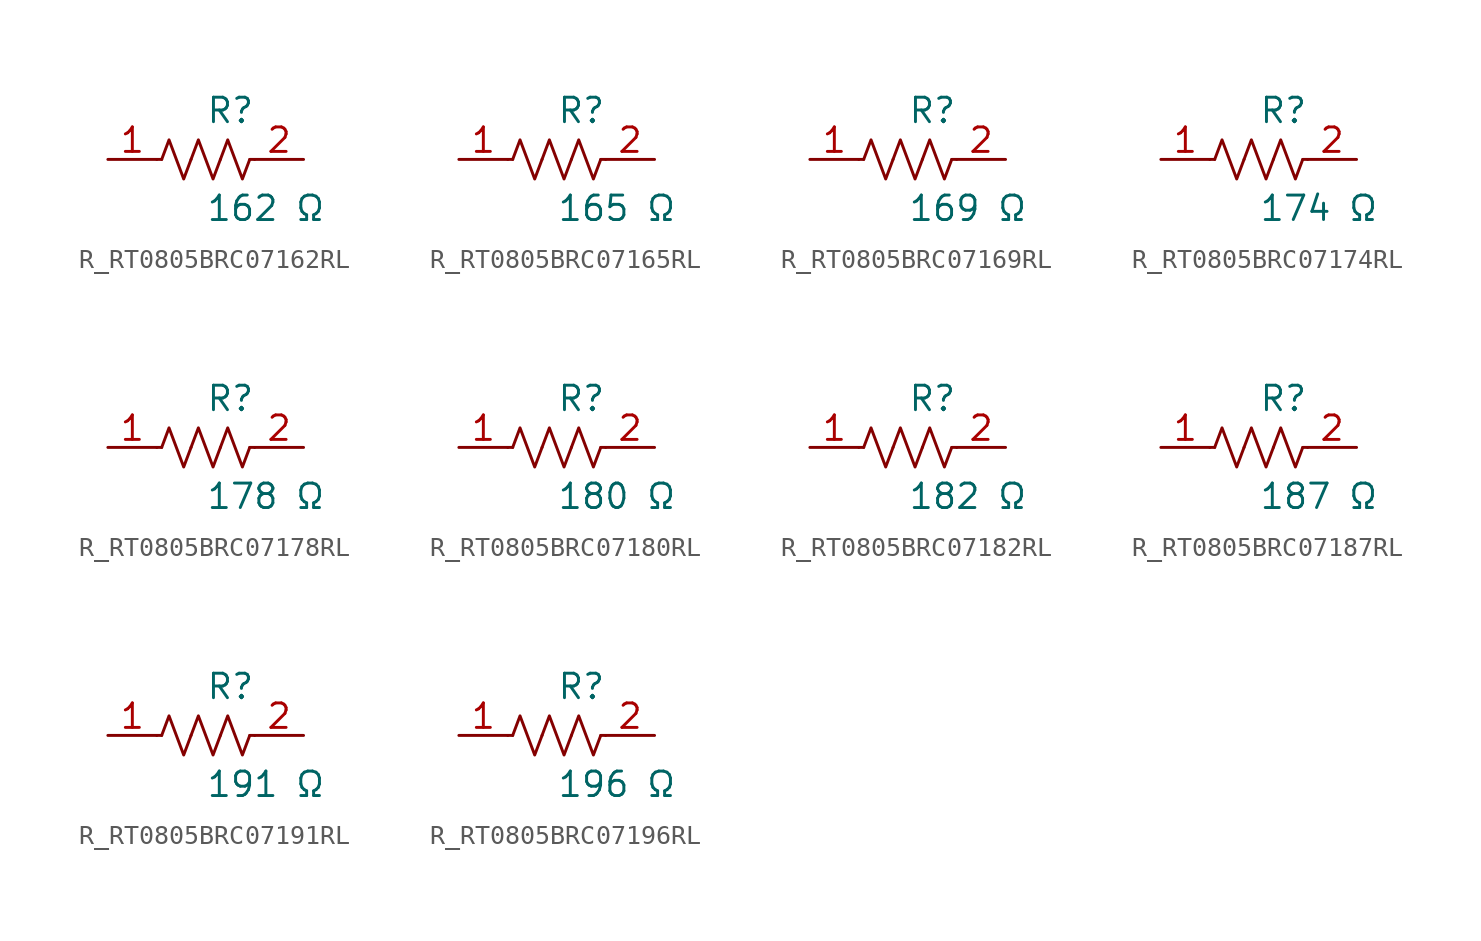
<source format=kicad_sym>
(kicad_symbol_lib
  (version 20231120)
  (generator kicad_symbol_editor)
  (generator_version 8.0)
  (symbol "R_RT0805BRC07162RL"
    (pin_names
      (offset 0.254))
    (property "Reference" "R"
      (at 0.0 2.54 0)
      (effects (font (size 1.27 1.27)) (justify left)))
    (property "Value" "162 Ω"
      (at 0.0 -2.54 0)
      (effects (font (size 1.27 1.27)) (justify left)))
    (symbol "R_RT0805BRC07162RL_0_1"
      (polyline (pts (xy 2.286 0) (xy 2.54 0)) (stroke (width 0) (type default)) (fill (type none)))
      (polyline (pts (xy -2.286 0) (xy -2.54 0)) (stroke (width 0) (type default)) (fill (type none)))
      (polyline (pts (xy 0.762 0) (xy 1.143 1.016) (xy 1.524 0) (xy 1.905 -1.016) (xy 2.286 0)) (stroke (width 0) (type default)) (fill (type none)))
      (polyline (pts (xy -0.762 0) (xy -0.381 1.016) (xy 0 0) (xy 0.381 -1.016) (xy 0.762 0)) (stroke (width 0) (type default)) (fill (type none)))
      (polyline (pts (xy -2.286 0) (xy -1.905 1.016) (xy -1.524 0) (xy -1.143 -1.016) (xy -0.762 0)) (stroke (width 0) (type default)) (fill (type none))))
    (pin unspecified line
      (at -5.08 0 0)
      (length 2.54)
      (name "" (effects (font (size 1.27 1.27))))
      (number "1" (effects (font (size 1.27 1.27)))))
    (pin unspecified line
      (at 5.08 0 180)
      (length 2.54)
      (name "" (effects (font (size 1.27 1.27))))
      (number "2" (effects (font (size 1.27 1.27))))))
  (symbol "R_RT0805BRC07165RL"
    (pin_names
      (offset 0.254))
    (property "Reference" "R"
      (at 0.0 2.54 0)
      (effects (font (size 1.27 1.27)) (justify left)))
    (property "Value" "165 Ω"
      (at 0.0 -2.54 0)
      (effects (font (size 1.27 1.27)) (justify left)))
    (symbol "R_RT0805BRC07165RL_0_1"
      (polyline (pts (xy 2.286 0) (xy 2.54 0)) (stroke (width 0) (type default)) (fill (type none)))
      (polyline (pts (xy -2.286 0) (xy -2.54 0)) (stroke (width 0) (type default)) (fill (type none)))
      (polyline (pts (xy 0.762 0) (xy 1.143 1.016) (xy 1.524 0) (xy 1.905 -1.016) (xy 2.286 0)) (stroke (width 0) (type default)) (fill (type none)))
      (polyline (pts (xy -0.762 0) (xy -0.381 1.016) (xy 0 0) (xy 0.381 -1.016) (xy 0.762 0)) (stroke (width 0) (type default)) (fill (type none)))
      (polyline (pts (xy -2.286 0) (xy -1.905 1.016) (xy -1.524 0) (xy -1.143 -1.016) (xy -0.762 0)) (stroke (width 0) (type default)) (fill (type none))))
    (pin unspecified line
      (at -5.08 0 0)
      (length 2.54)
      (name "" (effects (font (size 1.27 1.27))))
      (number "1" (effects (font (size 1.27 1.27)))))
    (pin unspecified line
      (at 5.08 0 180)
      (length 2.54)
      (name "" (effects (font (size 1.27 1.27))))
      (number "2" (effects (font (size 1.27 1.27))))))
  (symbol "R_RT0805BRC07169RL"
    (pin_names
      (offset 0.254))
    (property "Reference" "R"
      (at 0.0 2.54 0)
      (effects (font (size 1.27 1.27)) (justify left)))
    (property "Value" "169 Ω"
      (at 0.0 -2.54 0)
      (effects (font (size 1.27 1.27)) (justify left)))
    (symbol "R_RT0805BRC07169RL_0_1"
      (polyline (pts (xy 2.286 0) (xy 2.54 0)) (stroke (width 0) (type default)) (fill (type none)))
      (polyline (pts (xy -2.286 0) (xy -2.54 0)) (stroke (width 0) (type default)) (fill (type none)))
      (polyline (pts (xy 0.762 0) (xy 1.143 1.016) (xy 1.524 0) (xy 1.905 -1.016) (xy 2.286 0)) (stroke (width 0) (type default)) (fill (type none)))
      (polyline (pts (xy -0.762 0) (xy -0.381 1.016) (xy 0 0) (xy 0.381 -1.016) (xy 0.762 0)) (stroke (width 0) (type default)) (fill (type none)))
      (polyline (pts (xy -2.286 0) (xy -1.905 1.016) (xy -1.524 0) (xy -1.143 -1.016) (xy -0.762 0)) (stroke (width 0) (type default)) (fill (type none))))
    (pin unspecified line
      (at -5.08 0 0)
      (length 2.54)
      (name "" (effects (font (size 1.27 1.27))))
      (number "1" (effects (font (size 1.27 1.27)))))
    (pin unspecified line
      (at 5.08 0 180)
      (length 2.54)
      (name "" (effects (font (size 1.27 1.27))))
      (number "2" (effects (font (size 1.27 1.27))))))
  (symbol "R_RT0805BRC07174RL"
    (pin_names
      (offset 0.254))
    (property "Reference" "R"
      (at 0.0 2.54 0)
      (effects (font (size 1.27 1.27)) (justify left)))
    (property "Value" "174 Ω"
      (at 0.0 -2.54 0)
      (effects (font (size 1.27 1.27)) (justify left)))
    (symbol "R_RT0805BRC07174RL_0_1"
      (polyline (pts (xy 2.286 0) (xy 2.54 0)) (stroke (width 0) (type default)) (fill (type none)))
      (polyline (pts (xy -2.286 0) (xy -2.54 0)) (stroke (width 0) (type default)) (fill (type none)))
      (polyline (pts (xy 0.762 0) (xy 1.143 1.016) (xy 1.524 0) (xy 1.905 -1.016) (xy 2.286 0)) (stroke (width 0) (type default)) (fill (type none)))
      (polyline (pts (xy -0.762 0) (xy -0.381 1.016) (xy 0 0) (xy 0.381 -1.016) (xy 0.762 0)) (stroke (width 0) (type default)) (fill (type none)))
      (polyline (pts (xy -2.286 0) (xy -1.905 1.016) (xy -1.524 0) (xy -1.143 -1.016) (xy -0.762 0)) (stroke (width 0) (type default)) (fill (type none))))
    (pin unspecified line
      (at -5.08 0 0)
      (length 2.54)
      (name "" (effects (font (size 1.27 1.27))))
      (number "1" (effects (font (size 1.27 1.27)))))
    (pin unspecified line
      (at 5.08 0 180)
      (length 2.54)
      (name "" (effects (font (size 1.27 1.27))))
      (number "2" (effects (font (size 1.27 1.27))))))
  (symbol "R_RT0805BRC07178RL"
    (pin_names
      (offset 0.254))
    (property "Reference" "R"
      (at 0.0 2.54 0)
      (effects (font (size 1.27 1.27)) (justify left)))
    (property "Value" "178 Ω"
      (at 0.0 -2.54 0)
      (effects (font (size 1.27 1.27)) (justify left)))
    (symbol "R_RT0805BRC07178RL_0_1"
      (polyline (pts (xy 2.286 0) (xy 2.54 0)) (stroke (width 0) (type default)) (fill (type none)))
      (polyline (pts (xy -2.286 0) (xy -2.54 0)) (stroke (width 0) (type default)) (fill (type none)))
      (polyline (pts (xy 0.762 0) (xy 1.143 1.016) (xy 1.524 0) (xy 1.905 -1.016) (xy 2.286 0)) (stroke (width 0) (type default)) (fill (type none)))
      (polyline (pts (xy -0.762 0) (xy -0.381 1.016) (xy 0 0) (xy 0.381 -1.016) (xy 0.762 0)) (stroke (width 0) (type default)) (fill (type none)))
      (polyline (pts (xy -2.286 0) (xy -1.905 1.016) (xy -1.524 0) (xy -1.143 -1.016) (xy -0.762 0)) (stroke (width 0) (type default)) (fill (type none))))
    (pin unspecified line
      (at -5.08 0 0)
      (length 2.54)
      (name "" (effects (font (size 1.27 1.27))))
      (number "1" (effects (font (size 1.27 1.27)))))
    (pin unspecified line
      (at 5.08 0 180)
      (length 2.54)
      (name "" (effects (font (size 1.27 1.27))))
      (number "2" (effects (font (size 1.27 1.27))))))
  (symbol "R_RT0805BRC07180RL"
    (pin_names
      (offset 0.254))
    (property "Reference" "R"
      (at 0.0 2.54 0)
      (effects (font (size 1.27 1.27)) (justify left)))
    (property "Value" "180 Ω"
      (at 0.0 -2.54 0)
      (effects (font (size 1.27 1.27)) (justify left)))
    (symbol "R_RT0805BRC07180RL_0_1"
      (polyline (pts (xy 2.286 0) (xy 2.54 0)) (stroke (width 0) (type default)) (fill (type none)))
      (polyline (pts (xy -2.286 0) (xy -2.54 0)) (stroke (width 0) (type default)) (fill (type none)))
      (polyline (pts (xy 0.762 0) (xy 1.143 1.016) (xy 1.524 0) (xy 1.905 -1.016) (xy 2.286 0)) (stroke (width 0) (type default)) (fill (type none)))
      (polyline (pts (xy -0.762 0) (xy -0.381 1.016) (xy 0 0) (xy 0.381 -1.016) (xy 0.762 0)) (stroke (width 0) (type default)) (fill (type none)))
      (polyline (pts (xy -2.286 0) (xy -1.905 1.016) (xy -1.524 0) (xy -1.143 -1.016) (xy -0.762 0)) (stroke (width 0) (type default)) (fill (type none))))
    (pin unspecified line
      (at -5.08 0 0)
      (length 2.54)
      (name "" (effects (font (size 1.27 1.27))))
      (number "1" (effects (font (size 1.27 1.27)))))
    (pin unspecified line
      (at 5.08 0 180)
      (length 2.54)
      (name "" (effects (font (size 1.27 1.27))))
      (number "2" (effects (font (size 1.27 1.27))))))
  (symbol "R_RT0805BRC07182RL"
    (pin_names
      (offset 0.254))
    (property "Reference" "R"
      (at 0.0 2.54 0)
      (effects (font (size 1.27 1.27)) (justify left)))
    (property "Value" "182 Ω"
      (at 0.0 -2.54 0)
      (effects (font (size 1.27 1.27)) (justify left)))
    (symbol "R_RT0805BRC07182RL_0_1"
      (polyline (pts (xy 2.286 0) (xy 2.54 0)) (stroke (width 0) (type default)) (fill (type none)))
      (polyline (pts (xy -2.286 0) (xy -2.54 0)) (stroke (width 0) (type default)) (fill (type none)))
      (polyline (pts (xy 0.762 0) (xy 1.143 1.016) (xy 1.524 0) (xy 1.905 -1.016) (xy 2.286 0)) (stroke (width 0) (type default)) (fill (type none)))
      (polyline (pts (xy -0.762 0) (xy -0.381 1.016) (xy 0 0) (xy 0.381 -1.016) (xy 0.762 0)) (stroke (width 0) (type default)) (fill (type none)))
      (polyline (pts (xy -2.286 0) (xy -1.905 1.016) (xy -1.524 0) (xy -1.143 -1.016) (xy -0.762 0)) (stroke (width 0) (type default)) (fill (type none))))
    (pin unspecified line
      (at -5.08 0 0)
      (length 2.54)
      (name "" (effects (font (size 1.27 1.27))))
      (number "1" (effects (font (size 1.27 1.27)))))
    (pin unspecified line
      (at 5.08 0 180)
      (length 2.54)
      (name "" (effects (font (size 1.27 1.27))))
      (number "2" (effects (font (size 1.27 1.27))))))
  (symbol "R_RT0805BRC07187RL"
    (pin_names
      (offset 0.254))
    (property "Reference" "R"
      (at 0.0 2.54 0)
      (effects (font (size 1.27 1.27)) (justify left)))
    (property "Value" "187 Ω"
      (at 0.0 -2.54 0)
      (effects (font (size 1.27 1.27)) (justify left)))
    (symbol "R_RT0805BRC07187RL_0_1"
      (polyline (pts (xy 2.286 0) (xy 2.54 0)) (stroke (width 0) (type default)) (fill (type none)))
      (polyline (pts (xy -2.286 0) (xy -2.54 0)) (stroke (width 0) (type default)) (fill (type none)))
      (polyline (pts (xy 0.762 0) (xy 1.143 1.016) (xy 1.524 0) (xy 1.905 -1.016) (xy 2.286 0)) (stroke (width 0) (type default)) (fill (type none)))
      (polyline (pts (xy -0.762 0) (xy -0.381 1.016) (xy 0 0) (xy 0.381 -1.016) (xy 0.762 0)) (stroke (width 0) (type default)) (fill (type none)))
      (polyline (pts (xy -2.286 0) (xy -1.905 1.016) (xy -1.524 0) (xy -1.143 -1.016) (xy -0.762 0)) (stroke (width 0) (type default)) (fill (type none))))
    (pin unspecified line
      (at -5.08 0 0)
      (length 2.54)
      (name "" (effects (font (size 1.27 1.27))))
      (number "1" (effects (font (size 1.27 1.27)))))
    (pin unspecified line
      (at 5.08 0 180)
      (length 2.54)
      (name "" (effects (font (size 1.27 1.27))))
      (number "2" (effects (font (size 1.27 1.27))))))
  (symbol "R_RT0805BRC07191RL"
    (pin_names
      (offset 0.254))
    (property "Reference" "R"
      (at 0.0 2.54 0)
      (effects (font (size 1.27 1.27)) (justify left)))
    (property "Value" "191 Ω"
      (at 0.0 -2.54 0)
      (effects (font (size 1.27 1.27)) (justify left)))
    (symbol "R_RT0805BRC07191RL_0_1"
      (polyline (pts (xy 2.286 0) (xy 2.54 0)) (stroke (width 0) (type default)) (fill (type none)))
      (polyline (pts (xy -2.286 0) (xy -2.54 0)) (stroke (width 0) (type default)) (fill (type none)))
      (polyline (pts (xy 0.762 0) (xy 1.143 1.016) (xy 1.524 0) (xy 1.905 -1.016) (xy 2.286 0)) (stroke (width 0) (type default)) (fill (type none)))
      (polyline (pts (xy -0.762 0) (xy -0.381 1.016) (xy 0 0) (xy 0.381 -1.016) (xy 0.762 0)) (stroke (width 0) (type default)) (fill (type none)))
      (polyline (pts (xy -2.286 0) (xy -1.905 1.016) (xy -1.524 0) (xy -1.143 -1.016) (xy -0.762 0)) (stroke (width 0) (type default)) (fill (type none))))
    (pin unspecified line
      (at -5.08 0 0)
      (length 2.54)
      (name "" (effects (font (size 1.27 1.27))))
      (number "1" (effects (font (size 1.27 1.27)))))
    (pin unspecified line
      (at 5.08 0 180)
      (length 2.54)
      (name "" (effects (font (size 1.27 1.27))))
      (number "2" (effects (font (size 1.27 1.27))))))
  (symbol "R_RT0805BRC07196RL"
    (pin_names
      (offset 0.254))
    (property "Reference" "R"
      (at 0.0 2.54 0)
      (effects (font (size 1.27 1.27)) (justify left)))
    (property "Value" "196 Ω"
      (at 0.0 -2.54 0)
      (effects (font (size 1.27 1.27)) (justify left)))
    (symbol "R_RT0805BRC07196RL_0_1"
      (polyline (pts (xy 2.286 0) (xy 2.54 0)) (stroke (width 0) (type default)) (fill (type none)))
      (polyline (pts (xy -2.286 0) (xy -2.54 0)) (stroke (width 0) (type default)) (fill (type none)))
      (polyline (pts (xy 0.762 0) (xy 1.143 1.016) (xy 1.524 0) (xy 1.905 -1.016) (xy 2.286 0)) (stroke (width 0) (type default)) (fill (type none)))
      (polyline (pts (xy -0.762 0) (xy -0.381 1.016) (xy 0 0) (xy 0.381 -1.016) (xy 0.762 0)) (stroke (width 0) (type default)) (fill (type none)))
      (polyline (pts (xy -2.286 0) (xy -1.905 1.016) (xy -1.524 0) (xy -1.143 -1.016) (xy -0.762 0)) (stroke (width 0) (type default)) (fill (type none))))
    (pin unspecified line
      (at -5.08 0 0)
      (length 2.54)
      (name "" (effects (font (size 1.27 1.27))))
      (number "1" (effects (font (size 1.27 1.27)))))
    (pin unspecified line
      (at 5.08 0 180)
      (length 2.54)
      (name "" (effects (font (size 1.27 1.27))))
      (number "2" (effects (font (size 1.27 1.27)))))))
</source>
